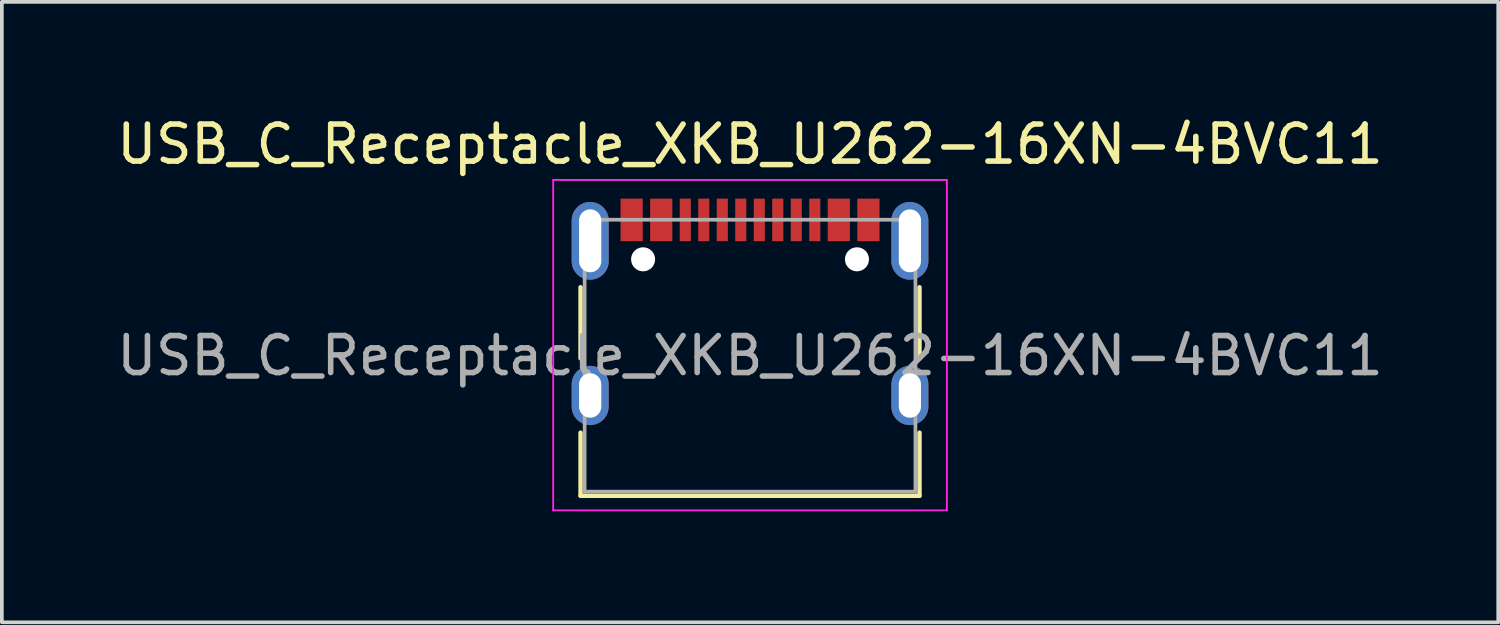
<source format=kicad_pcb>
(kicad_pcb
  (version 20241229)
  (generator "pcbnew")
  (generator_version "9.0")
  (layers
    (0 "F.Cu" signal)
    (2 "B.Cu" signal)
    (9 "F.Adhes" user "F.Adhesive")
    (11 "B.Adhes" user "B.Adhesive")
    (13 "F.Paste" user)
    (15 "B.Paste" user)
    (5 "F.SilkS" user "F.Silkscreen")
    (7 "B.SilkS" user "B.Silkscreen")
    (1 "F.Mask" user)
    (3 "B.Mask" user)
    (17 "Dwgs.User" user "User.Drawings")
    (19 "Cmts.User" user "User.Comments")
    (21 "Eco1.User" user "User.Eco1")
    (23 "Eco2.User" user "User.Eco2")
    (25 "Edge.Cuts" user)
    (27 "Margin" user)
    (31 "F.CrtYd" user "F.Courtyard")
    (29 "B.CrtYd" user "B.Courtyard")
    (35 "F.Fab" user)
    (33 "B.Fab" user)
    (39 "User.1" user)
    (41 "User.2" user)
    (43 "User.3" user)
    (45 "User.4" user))
  (footprint "USB_C_Receptacle_XKB_U262-16XN-4BVC11"
    (layer "F.Cu")
    (at 17.22 6.563)
    (property "Reference" "USB_C_Receptacle_XKB_U262-16XN-4BVC11" (at 0 -5.715 180) (layer "F.SilkS") (effects (font (size 1 1) (thickness 0.15))))
    (attr smd)
    (fp_line (start -4.58 -1.85) (end -4.58 0.07) (stroke (width 0.12) (type solid)) (layer "F.SilkS"))
    (fp_line (start -4.58 3.785) (end -4.58 2.08) (stroke (width 0.12) (type solid)) (layer "F.SilkS"))
    (fp_line (start 4.58 0.07) (end 4.58 -1.85) (stroke (width 0.12) (type solid)) (layer "F.SilkS"))
    (fp_line (start 4.58 2.08) (end 4.58 3.785) (stroke (width 0.12) (type solid)) (layer "F.SilkS"))
    (fp_line (start 4.58 3.785) (end -4.58 3.785) (stroke (width 0.12) (type solid)) (layer "F.SilkS"))
    (fp_line (start -5.32 -4.75) (end 5.32 -4.75) (stroke (width 0.05) (type solid)) (layer "F.CrtYd"))
    (fp_line (start -5.32 4.18) (end -5.32 -4.75) (stroke (width 0.05) (type solid)) (layer "F.CrtYd"))
    (fp_line (start 5.32 -4.75) (end 5.32 4.18) (stroke (width 0.05) (type solid)) (layer "F.CrtYd"))
    (fp_line (start 5.32 4.18) (end -5.32 4.18) (stroke (width 0.05) (type solid)) (layer "F.CrtYd"))
    (fp_line (start -4.47 -3.675) (end -4.47 3.675) (stroke (width 0.1) (type solid)) (layer "F.Fab"))
    (fp_line (start -4.47 -3.675) (end 4.47 -3.675) (stroke (width 0.1) (type solid)) (layer "F.Fab"))
    (fp_line (start -4.47 3.675) (end 4.47 3.675) (stroke (width 0.1) (type solid)) (layer "F.Fab"))
    (fp_line (start 4.47 3.675) (end 4.47 -3.675) (stroke (width 0.1) (type solid)) (layer "F.Fab"))
    (fp_text user "${REFERENCE}" (at 0 0 180) (layer "F.Fab") (effects (font (size 1 1) (thickness 0.15))))
    (pad "" np_thru_hole circle (at -2.89 -2.605) (size 0.65 0.65) (drill 0.65) (layers "*.Cu" "*.Mask"))
    (pad "" np_thru_hole circle (at 2.89 -2.605) (size 0.65 0.65) (drill 0.65) (layers "*.Cu" "*.Mask"))
    (pad "A5" smd rect (at -1.25 -3.67) (size 0.3 1.15) (layers "F.Cu" "F.Mask" "F.Paste"))
    (pad "A6" smd rect (at -0.25 -3.67) (size 0.3 1.15) (layers "F.Cu" "F.Mask" "F.Paste"))
    (pad "A7" smd rect (at 0.25 -3.67) (size 0.3 1.15) (layers "F.Cu" "F.Mask" "F.Paste"))
    (pad "A8" smd rect (at 1.25 -3.67) (size 0.3 1.15) (layers "F.Cu" "F.Mask" "F.Paste"))
    (pad "A9" smd rect (at 2.4 -3.67) (size 0.6 1.15) (layers "F.Cu" "F.Mask" "F.Paste"))
    (pad "A12" smd rect (at 3.2 -3.67) (size 0.6 1.15) (layers "F.Cu" "F.Mask" "F.Paste"))
    (pad "B5" smd rect (at 1.75 -3.67) (size 0.3 1.15) (layers "F.Cu" "F.Mask" "F.Paste"))
    (pad "B6" smd rect (at 0.75 -3.67) (size 0.3 1.15) (layers "F.Cu" "F.Mask" "F.Paste"))
    (pad "B7" smd rect (at -0.75 -3.67) (size 0.3 1.15) (layers "F.Cu" "F.Mask" "F.Paste"))
    (pad "B8" smd rect (at -1.75 -3.67) (size 0.3 1.15) (layers "F.Cu" "F.Mask" "F.Paste"))
    (pad "B9" smd rect (at -2.4 -3.67) (size 0.6 1.15) (layers "F.Cu" "F.Mask" "F.Paste"))
    (pad "B12" smd rect (at -3.2 -3.67) (size 0.6 1.15) (layers "F.Cu" "F.Mask" "F.Paste"))
    (pad "S1" thru_hole oval (at -4.32 -3.105) (size 1 2.1) (drill oval 0.6 1.7) (layers "*.Cu" "*.Mask"))
    (pad "S1" thru_hole oval (at -4.32 1.075) (size 1 1.6) (drill oval 0.6 1.2) (layers "*.Cu" "*.Mask"))
    (pad "S1" thru_hole oval (at 4.32 -3.105) (size 1 2.1) (drill oval 0.6 1.7) (layers "*.Cu" "*.Mask"))
    (pad "S1" thru_hole oval (at 4.32 1.075) (size 1 1.6) (drill oval 0.6 1.2) (layers "*.Cu" "*.Mask")))
  (gr_rect
    (start -3 -3)
    (end 37.44 13.768)
    (stroke (width 0.1) (type default))
    (fill no)
    (layer "Edge.Cuts")))
</source>
